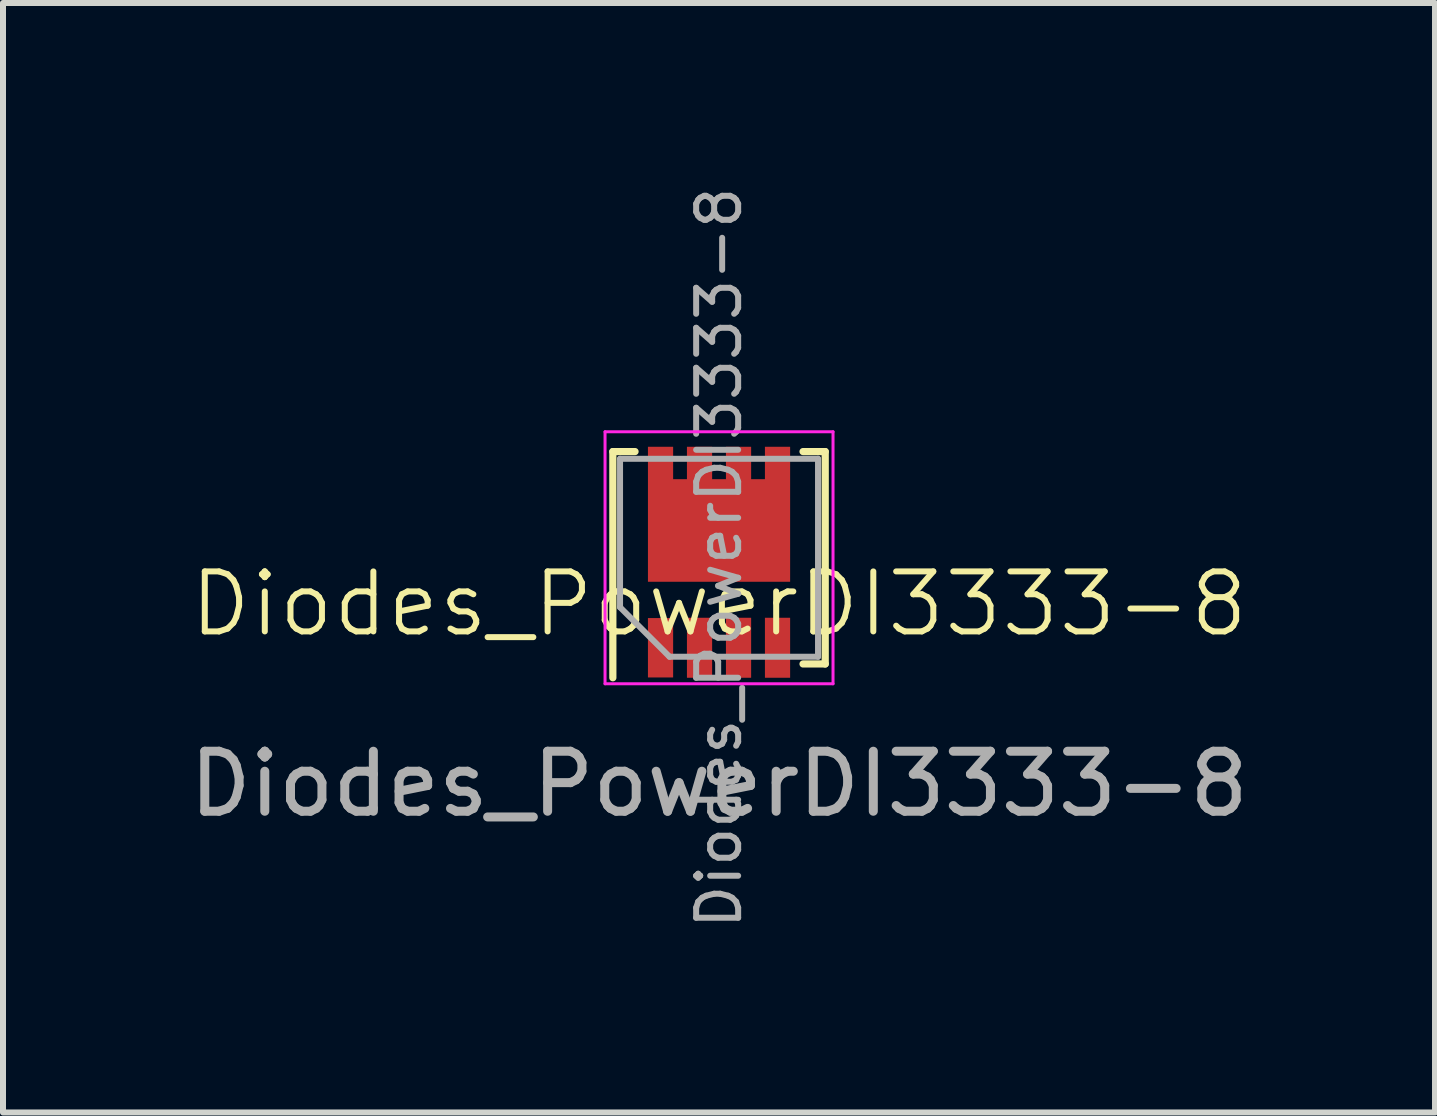
<source format=kicad_pcb>
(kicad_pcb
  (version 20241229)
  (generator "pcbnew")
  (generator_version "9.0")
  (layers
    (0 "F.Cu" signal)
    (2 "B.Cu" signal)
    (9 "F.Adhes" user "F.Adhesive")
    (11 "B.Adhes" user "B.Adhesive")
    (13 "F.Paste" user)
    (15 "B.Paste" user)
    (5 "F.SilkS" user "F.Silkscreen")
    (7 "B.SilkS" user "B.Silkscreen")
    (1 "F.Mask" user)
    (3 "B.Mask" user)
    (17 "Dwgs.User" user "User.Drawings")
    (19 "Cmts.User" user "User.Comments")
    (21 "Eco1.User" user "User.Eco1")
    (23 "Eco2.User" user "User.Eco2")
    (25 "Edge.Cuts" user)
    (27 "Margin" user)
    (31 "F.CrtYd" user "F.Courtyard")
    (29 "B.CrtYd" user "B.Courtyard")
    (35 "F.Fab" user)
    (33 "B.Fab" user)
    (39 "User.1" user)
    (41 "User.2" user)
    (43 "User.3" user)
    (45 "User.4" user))
  (footprint "Diodes_PowerDI3333-8"
    (layer "F.Cu")
    (at 8.935 7.517)
    (property "Reference" "Diodes_PowerDI3333-8" (at 0 -0.5 0) (unlocked yes) (layer "F.SilkS") (effects (font (size 1 1) (thickness 0.1))))
    (attr smd)
    (fp_line (start -1.77 -3.04) (end -1.77 0.73) (stroke (width 0.12) (type solid)) (layer "F.SilkS"))
    (fp_line (start -1.77 -3.04) (end -1.4 -3.04) (stroke (width 0.12) (type solid)) (layer "F.SilkS"))
    (fp_line (start 1.77 -3.04) (end 1.4 -3.04) (stroke (width 0.12) (type solid)) (layer "F.SilkS"))
    (fp_line (start 1.77 0.5) (end 1.4 0.5) (stroke (width 0.12) (type solid)) (layer "F.SilkS"))
    (fp_line (start 1.77 0.5) (end 1.77 -3.04) (stroke (width 0.12) (type solid)) (layer "F.SilkS"))
    (fp_line (start -1.9 -3.37) (end -1.9 0.83) (stroke (width 0.05) (type solid)) (layer "F.CrtYd"))
    (fp_line (start -1.9 0.83) (end 1.9 0.83) (stroke (width 0.05) (type solid)) (layer "F.CrtYd"))
    (fp_line (start 1.9 -3.37) (end -1.9 -3.37) (stroke (width 0.05) (type solid)) (layer "F.CrtYd"))
    (fp_line (start 1.9 0.83) (end 1.9 -3.37) (stroke (width 0.05) (type solid)) (layer "F.CrtYd"))
    (fp_line (start -1.65 -2.92) (end -1.65 -0.445) (stroke (width 0.1) (type solid)) (layer "F.Fab"))
    (fp_line (start -1.65 -0.445) (end -0.825 0.38) (stroke (width 0.1) (type solid)) (layer "F.Fab"))
    (fp_line (start -0.825 0.38) (end 1.65 0.38) (stroke (width 0.1) (type solid)) (layer "F.Fab"))
    (fp_line (start 1.65 -2.92) (end -1.65 -2.92) (stroke (width 0.1) (type solid)) (layer "F.Fab"))
    (fp_line (start 1.65 0.38) (end 1.65 -2.92) (stroke (width 0.1) (type solid)) (layer "F.Fab"))
    (fp_text user "${REFERENCE}" (at 0 -1.27 90) (layer "F.Fab") (effects (font (size 0.7 0.7) (thickness 0.1))))
    (fp_text user "${REFERENCE}" (at 0 2.5 0) (unlocked yes) (layer "F.Fab") (effects (font (size 1 1) (thickness 0.15))))
    (pad "" smd rect (at -0.975 -2.77 90) (size 1 0.42) (layers "F.Paste"))
    (pad "" smd rect (at -0.565 -2 90) (size 0.6 1) (layers "F.Paste"))
    (pad "" smd rect (at -0.565 -1.29 90) (size 0.6 1) (layers "F.Paste"))
    (pad "" smd rect (at -0.325 -2.77 90) (size 1 0.42) (layers "F.Paste"))
    (pad "" smd rect (at 0.325 -2.77 90) (size 1 0.42) (layers "F.Paste"))
    (pad "" smd rect (at 0.565 -2 90) (size 0.6 1) (layers "F.Paste"))
    (pad "" smd rect (at 0.565 -1.29 90) (size 0.6 1) (layers "F.Paste"))
    (pad "" smd rect (at 0.975 -2.77 90) (size 1 0.42) (layers "F.Paste"))
    (pad "1" smd rect (at -0.975 0.23 90) (size 0.99 0.42) (layers "F.Cu" "F.Mask" "F.Paste"))
    (pad "2" smd rect (at -0.325 0.23 90) (size 1 0.42) (layers "F.Cu" "F.Mask" "F.Paste"))
    (pad "3" smd rect (at 0.325 0.23 90) (size 1 0.42) (layers "F.Cu" "F.Mask" "F.Paste"))
    (pad "4" smd rect (at 0.975 0.23 90) (size 1 0.42) (layers "F.Cu" "F.Mask" "F.Paste"))
    (pad "5" smd custom (at 0 -1.725 90) (size 1.71 2.37) (layers "F.Cu" "F.Mask") (options (anchor rect)) (primitives (gr_poly (pts (xy 1.395 1.185) (xy 0.855 1.185) (xy 0.855 0.765) (xy 1.395 0.765)) (width 0) (fill yes)) (gr_poly (pts (xy 1.395 0.535) (xy 0.855 0.535) (xy 0.855 0.115) (xy 1.395 0.115)) (width 0) (fill yes)) (gr_poly (pts (xy 1.395 -0.115) (xy 0.855 -0.115) (xy 0.855 -0.535) (xy 1.395 -0.535)) (width 0) (fill yes)) (gr_poly (pts (xy 1.395 -0.765) (xy 0.855 -0.765) (xy 0.855 -1.185) (xy 1.395 -1.185)) (width 0) (fill yes)))))
  (gr_rect
    (start -3 -3)
    (end 20.869 15.493)
    (stroke (width 0.1) (type default))
    (fill no)
    (layer "Edge.Cuts")))
</source>
